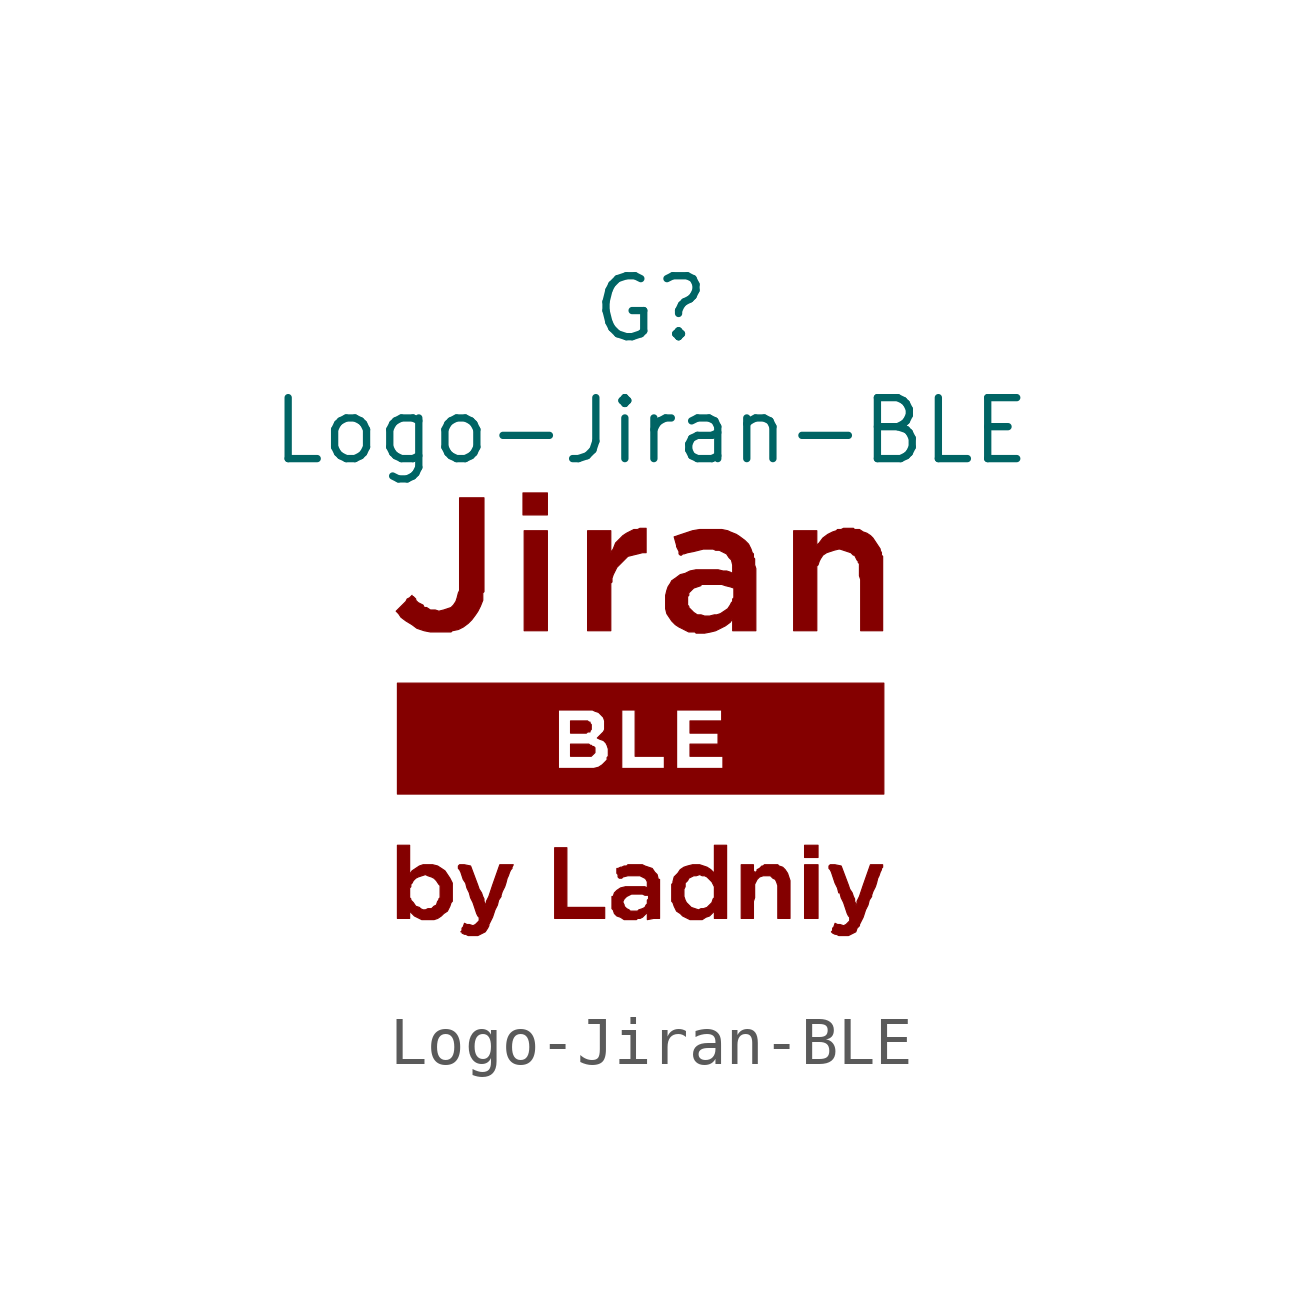
<source format=kicad_sym>
(kicad_symbol_lib
  (version 20201005)
  (generator kicad_symbol_editor)
  (symbol "jiran-ble:Logo-Jiran-BLE"
    (property "Reference" "G"
      (at 0 8.89 0)
      (effects (font (size 1.27 1.27))))
    (property "Value" "Logo-Jiran-BLE"
      (at 0 6.35 0)
      (effects (font (size 1.27 1.27))))
    (symbol "Logo-Jiran-BLE_0_0"
      (polyline (pts (xy -2.159 4.267) (xy -2.642 4.267) (xy -2.642 2.184) (xy -2.159 2.184) (xy -2.159 4.267)) (stroke (width 0.025)) (fill (type outline)))
      (polyline (pts (xy -2.159 5.055) (xy -2.667 5.055) (xy -2.667 4.597) (xy -2.159 4.597) (xy -2.159 5.055)) (stroke (width 0.025)) (fill (type outline)))
      (polyline (pts (xy 3.48 -2.692) (xy 3.2 -2.692) (xy 3.2 -3.81) (xy 3.48 -3.81) (xy 3.48 -2.692)) (stroke (width 0.025)) (fill (type outline)))
      (polyline (pts (xy 3.48 -2.286) (xy 3.2 -2.286) (xy 3.2 -2.54) (xy 3.48 -2.54) (xy 3.48 -2.286)) (stroke (width 0.025)) (fill (type outline)))
      (polyline (pts (xy -0.965 -3.581) (xy -1.753 -3.581) (xy -1.753 -2.337) (xy -2.007 -2.337) (xy -2.007 -3.81) (xy -0.965 -3.81) (xy -0.965 -3.581)) (stroke (width 0.025)) (fill (type outline)))
      (polyline (pts (xy -1.168 -0.356) (xy -1.168 -0.254) (xy -1.194 -0.229) (xy -1.219 -0.229) (xy -1.245 -0.203) (xy -1.27 -0.203) (xy -1.295 -0.178) (xy -1.676 -0.178) (xy -1.676 -0.432) (xy -1.245 -0.432) (xy -1.168 -0.356)) (stroke (width 0.025)) (fill (type outline)))
      (polyline (pts (xy -1.321 0.076) (xy -1.27 0.076) (xy -1.27 0.102) (xy -1.245 0.127) (xy -1.245 0.229) (xy -1.27 0.254) (xy -1.27 0.279) (xy -1.295 0.279) (xy -1.321 0.305) (xy -1.676 0.305) (xy -1.676 0.051) (xy -1.346 0.051) (xy -1.321 0.076)) (stroke (width 0.025)) (fill (type outline)))
      (polyline (pts (xy -0.838 3.175) (xy -0.813 3.2) (xy -0.813 3.277) (xy -0.787 3.353) (xy -0.711 3.505) (xy -0.483 3.734) (xy -0.178 3.81) (xy -0.102 3.81) (xy -0.102 4.318) (xy -0.229 4.318) (xy -0.279 4.293) (xy -0.356 4.293) (xy -0.508 4.216) (xy -0.584 4.166) (xy -0.737 4.013) (xy -0.787 3.886) (xy -0.838 3.81) (xy -0.838 4.267) (xy -1.321 4.267) (xy -1.321 2.184) (xy -0.838 2.184) (xy -0.838 3.175)) (stroke (width 0.025)) (fill (type outline)))
      (polyline (pts (xy 2.134 -3.454) (xy 2.159 -3.378) (xy 2.159 -3.099) (xy 2.21 -2.997) (xy 2.261 -2.946) (xy 2.337 -2.921) (xy 2.489 -2.921) (xy 2.54 -2.972) (xy 2.591 -2.997) (xy 2.616 -3.048) (xy 2.642 -3.124) (xy 2.642 -3.81) (xy 2.896 -3.81) (xy 2.896 -3.023) (xy 2.845 -2.87) (xy 2.794 -2.794) (xy 2.743 -2.743) (xy 2.667 -2.718) (xy 2.642 -2.692) (xy 2.362 -2.692) (xy 2.337 -2.718) (xy 2.311 -2.718) (xy 2.261 -2.769) (xy 2.21 -2.794) (xy 2.21 -2.819) (xy 2.184 -2.845) (xy 2.159 -2.845) (xy 2.134 -2.819) (xy 2.134 -2.692) (xy 1.88 -2.692) (xy 1.88 -3.81) (xy 2.134 -3.81) (xy 2.134 -3.454)) (stroke (width 0.025)) (fill (type outline)))
      (polyline (pts (xy -4.14 2.184) (xy -4.013 2.21) (xy -3.912 2.261) (xy -3.81 2.337) (xy -3.734 2.413) (xy -3.658 2.515) (xy -3.607 2.591) (xy -3.556 2.692) (xy -3.505 2.819) (xy -3.505 2.972) (xy -3.48 2.997) (xy -3.48 4.953) (xy -3.988 4.953) (xy -3.988 3.023) (xy -4.013 2.972) (xy -4.039 2.87) (xy -4.064 2.794) (xy -4.115 2.718) (xy -4.166 2.667) (xy -4.318 2.616) (xy -4.42 2.591) (xy -4.496 2.616) (xy -4.597 2.616) (xy -4.674 2.667) (xy -4.724 2.667) (xy -4.75 2.718) (xy -4.851 2.769) (xy -4.902 2.819) (xy -4.902 2.845) (xy -4.953 2.896) (xy -4.978 2.896) (xy -4.978 2.921) (xy -5.029 2.87) (xy -5.08 2.845) (xy -5.105 2.794) (xy -5.309 2.591) (xy -5.258 2.54) (xy -5.207 2.464) (xy -5.105 2.388) (xy -4.978 2.311) (xy -4.877 2.235) (xy -4.724 2.184) (xy -4.597 2.159) (xy -4.166 2.159) (xy -4.14 2.184)) (stroke (width 0.025)) (fill (type outline)))
      (polyline (pts (xy 3.454 3.531) (xy 3.48 3.556) (xy 3.505 3.632) (xy 3.531 3.683) (xy 3.581 3.759) (xy 3.658 3.81) (xy 3.81 3.861) (xy 3.912 3.886) (xy 3.937 3.886) (xy 4.166 3.81) (xy 4.216 3.759) (xy 4.242 3.759) (xy 4.293 3.658) (xy 4.318 3.632) (xy 4.318 3.607) (xy 4.343 3.581) (xy 4.343 3.327) (xy 4.369 3.251) (xy 4.369 2.184) (xy 4.826 2.184) (xy 4.826 3.734) (xy 4.801 3.759) (xy 4.801 3.81) (xy 4.775 3.861) (xy 4.775 3.886) (xy 4.623 4.115) (xy 4.572 4.166) (xy 4.496 4.216) (xy 4.42 4.242) (xy 4.343 4.293) (xy 4.242 4.293) (xy 4.216 4.318) (xy 4.013 4.318) (xy 3.962 4.293) (xy 3.886 4.293) (xy 3.861 4.267) (xy 3.785 4.242) (xy 3.683 4.191) (xy 3.581 4.115) (xy 3.505 4.013) (xy 3.454 3.962) (xy 3.454 4.267) (xy 2.972 4.267) (xy 2.972 2.184) (xy 3.454 2.184) (xy 3.454 3.531)) (stroke (width 0.025)) (fill (type outline)))
      (polyline (pts (xy 4.851 1.092) (xy -5.283 1.092) (xy -5.283 -0.686) (xy -1.93 -0.686) (xy -1.93 0.533) (xy -1.219 0.533) (xy -1.168 0.508) (xy -1.092 0.483) (xy -0.991 0.381) (xy -0.965 0.305) (xy -0.965 0.127) (xy -0.991 0.076) (xy -1.118 -0.051) (xy -1.067 -0.076) (xy -0.991 -0.102) (xy -0.94 -0.152) (xy -0.914 -0.203) (xy -0.889 -0.279) (xy -0.889 -0.432) (xy -0.914 -0.457) (xy -0.914 -0.508) (xy -1.016 -0.61) (xy -1.092 -0.66) (xy -1.194 -0.686) (xy -0.61 -0.686) (xy -0.61 0.533) (xy -0.33 0.533) (xy -0.33 -0.432) (xy 0.279 -0.432) (xy 0.279 -0.686) (xy 0.533 -0.686) (xy 0.533 0.533) (xy 1.473 0.533) (xy 1.473 0.305) (xy 0.813 0.305) (xy 0.813 0.051) (xy 1.397 0.051) (xy 1.397 -0.178) (xy 0.813 -0.178) (xy 0.813 -0.432) (xy 1.499 -0.432) (xy 1.499 -0.686) (xy 0.533 -0.686) (xy 0.279 -0.686) (xy -0.61 -0.686) (xy -1.194 -0.686) (xy -1.93 -0.686) (xy -5.283 -0.686) (xy -5.283 -1.219) (xy 4.851 -1.219) (xy 4.851 1.092)) (stroke (width 0.025)) (fill (type outline)))
      (polyline (pts (xy 1.143 -3.785) (xy 1.219 -3.759) (xy 1.295 -3.683) (xy 1.321 -3.632) (xy 1.321 -3.81) (xy 1.575 -3.81) (xy 1.575 -2.286) (xy 1.321 -2.286) (xy 1.321 -2.87) (xy 1.245 -2.794) (xy 1.168 -2.743) (xy 1.016 -2.692) (xy 0.864 -2.692) (xy 0.762 -2.718) (xy 0.686 -2.743) (xy 0.61 -2.794) (xy 0.559 -2.87) (xy 0.483 -2.946) (xy 0.457 -3.048) (xy 0.457 -3.073) (xy 0.432 -3.099) (xy 0.432 -3.353) (xy 0.686 -3.353) (xy 0.686 -3.2) (xy 0.711 -3.15) (xy 0.711 -3.073) (xy 0.762 -3.023) (xy 0.787 -2.972) (xy 0.889 -2.921) (xy 0.94 -2.921) (xy 1.016 -2.896) (xy 1.067 -2.921) (xy 1.118 -2.921) (xy 1.168 -2.946) (xy 1.27 -3.048) (xy 1.321 -3.15) (xy 1.321 -3.378) (xy 1.295 -3.404) (xy 1.27 -3.48) (xy 1.168 -3.581) (xy 1.092 -3.607) (xy 1.041 -3.607) (xy 0.991 -3.632) (xy 0.838 -3.581) (xy 0.737 -3.48) (xy 0.711 -3.429) (xy 0.686 -3.353) (xy 0.432 -3.353) (xy 0.432 -3.454) (xy 0.457 -3.48) (xy 0.483 -3.556) (xy 0.533 -3.658) (xy 0.61 -3.708) (xy 0.66 -3.759) (xy 0.813 -3.835) (xy 1.067 -3.835) (xy 1.143 -3.785)) (stroke (width 0.025)) (fill (type outline)))
      (polyline (pts (xy -4.445 -3.81) (xy -4.369 -3.759) (xy -4.318 -3.708) (xy -4.242 -3.658) (xy -4.191 -3.556) (xy -4.166 -3.48) (xy -4.14 -3.454) (xy -4.14 -3.073) (xy -4.191 -2.972) (xy -4.293 -2.819) (xy -4.445 -2.718) (xy -4.547 -2.692) (xy -4.75 -2.692) (xy -4.826 -2.718) (xy -4.978 -2.819) (xy -5.029 -2.896) (xy -5.029 -2.286) (xy -5.283 -2.286) (xy -5.283 -3.378) (xy -5.029 -3.378) (xy -5.029 -3.175) (xy -5.004 -3.15) (xy -5.004 -3.099) (xy -4.978 -3.073) (xy -4.953 -3.023) (xy -4.902 -2.972) (xy -4.851 -2.946) (xy -4.699 -2.896) (xy -4.648 -2.921) (xy -4.572 -2.946) (xy -4.521 -2.972) (xy -4.47 -3.023) (xy -4.42 -3.099) (xy -4.394 -3.124) (xy -4.394 -3.378) (xy -4.42 -3.404) (xy -4.42 -3.429) (xy -4.445 -3.454) (xy -4.47 -3.531) (xy -4.521 -3.556) (xy -4.572 -3.607) (xy -4.648 -3.607) (xy -4.699 -3.632) (xy -4.75 -3.632) (xy -4.801 -3.607) (xy -4.826 -3.581) (xy -4.902 -3.556) (xy -4.953 -3.48) (xy -5.004 -3.429) (xy -5.004 -3.404) (xy -5.029 -3.378) (xy -5.283 -3.378) (xy -5.283 -3.81) (xy -5.029 -3.81) (xy -5.029 -3.658) (xy -5.004 -3.658) (xy -5.004 -3.683) (xy -4.928 -3.759) (xy -4.775 -3.835) (xy -4.521 -3.835) (xy -4.445 -3.81)) (stroke (width 0.025)) (fill (type outline)))
      (polyline (pts (xy 4.267 -4.089) (xy 4.293 -4.013) (xy 4.343 -3.962) (xy 4.343 -3.937) (xy 4.42 -3.785) (xy 4.47 -3.632) (xy 4.521 -3.531) (xy 4.547 -3.429) (xy 4.597 -3.353) (xy 4.597 -3.327) (xy 4.623 -3.251) (xy 4.674 -3.15) (xy 4.699 -3.073) (xy 4.724 -2.972) (xy 4.75 -2.921) (xy 4.775 -2.845) (xy 4.801 -2.794) (xy 4.801 -2.769) (xy 4.826 -2.743) (xy 4.826 -2.692) (xy 4.572 -2.692) (xy 4.42 -3.124) (xy 4.343 -3.353) (xy 4.293 -3.454) (xy 4.293 -3.531) (xy 4.267 -3.531) (xy 4.267 -3.505) (xy 4.242 -3.454) (xy 4.242 -3.404) (xy 4.216 -3.353) (xy 4.191 -3.277) (xy 4.14 -3.2) (xy 4.115 -3.124) (xy 3.962 -2.718) (xy 3.835 -2.692) (xy 3.734 -2.692) (xy 3.708 -2.718) (xy 3.708 -2.769) (xy 3.734 -2.794) (xy 3.759 -2.845) (xy 3.835 -3.073) (xy 3.886 -3.175) (xy 3.912 -3.277) (xy 3.937 -3.277) (xy 3.962 -3.378) (xy 4.013 -3.48) (xy 4.089 -3.708) (xy 4.115 -3.759) (xy 4.14 -3.785) (xy 4.14 -3.861) (xy 4.064 -3.937) (xy 4.013 -3.962) (xy 3.937 -3.937) (xy 3.886 -3.937) (xy 3.835 -3.912) (xy 3.81 -3.988) (xy 3.785 -4.013) (xy 3.785 -4.064) (xy 3.759 -4.089) (xy 3.785 -4.115) (xy 3.835 -4.14) (xy 3.861 -4.14) (xy 3.912 -4.166) (xy 4.115 -4.166) (xy 4.267 -4.089)) (stroke (width 0.025)) (fill (type outline)))
      (polyline (pts (xy -3.454 -4.089) (xy -3.404 -4.013) (xy -3.378 -3.962) (xy -3.378 -3.937) (xy -3.302 -3.785) (xy -3.251 -3.632) (xy -3.2 -3.531) (xy -3.175 -3.429) (xy -3.124 -3.353) (xy -3.124 -3.327) (xy -3.099 -3.251) (xy -3.048 -3.15) (xy -3.023 -3.073) (xy -2.997 -2.972) (xy -2.972 -2.921) (xy -2.946 -2.845) (xy -2.921 -2.794) (xy -2.896 -2.769) (xy -2.896 -2.743) (xy -2.87 -2.692) (xy -3.15 -2.692) (xy -3.302 -3.124) (xy -3.378 -3.353) (xy -3.429 -3.454) (xy -3.429 -3.531) (xy -3.454 -3.531) (xy -3.454 -3.505) (xy -3.48 -3.454) (xy -3.48 -3.404) (xy -3.505 -3.353) (xy -3.531 -3.277) (xy -3.581 -3.2) (xy -3.607 -3.124) (xy -3.759 -2.718) (xy -3.886 -2.692) (xy -3.988 -2.692) (xy -4.013 -2.718) (xy -4.013 -2.769) (xy -3.988 -2.794) (xy -3.962 -2.845) (xy -3.912 -2.997) (xy -3.861 -3.073) (xy -3.835 -3.175) (xy -3.785 -3.277) (xy -3.759 -3.378) (xy -3.708 -3.48) (xy -3.632 -3.708) (xy -3.607 -3.759) (xy -3.581 -3.785) (xy -3.581 -3.81) (xy -3.556 -3.835) (xy -3.581 -3.835) (xy -3.581 -3.861) (xy -3.658 -3.937) (xy -3.708 -3.962) (xy -3.785 -3.937) (xy -3.835 -3.937) (xy -3.886 -3.912) (xy -3.912 -3.988) (xy -3.937 -4.013) (xy -3.937 -4.064) (xy -3.962 -4.089) (xy -3.937 -4.089) (xy -3.937 -4.115) (xy -3.886 -4.14) (xy -3.861 -4.14) (xy -3.81 -4.166) (xy -3.607 -4.166) (xy -3.454 -4.089)) (stroke (width 0.025)) (fill (type outline)))
      (polyline (pts (xy -0.279 -3.81) (xy -0.229 -3.81) (xy -0.178 -3.785) (xy -0.076 -3.683) (xy -0.076 -3.835) (xy 0.051 -3.81) (xy 0.178 -3.81) (xy 0.178 -2.997) (xy 0.152 -2.997) (xy 0.127 -2.896) (xy 0.076 -2.845) (xy 0.025 -2.769) (xy -0.127 -2.718) (xy -0.178 -2.692) (xy -0.483 -2.692) (xy -0.508 -2.718) (xy -0.559 -2.718) (xy -0.61 -2.743) (xy -0.635 -2.743) (xy -0.686 -2.769) (xy -0.711 -2.769) (xy -0.711 -2.87) (xy -0.686 -2.896) (xy -0.686 -2.946) (xy -0.66 -2.972) (xy -0.61 -2.972) (xy -0.584 -2.946) (xy -0.483 -2.921) (xy -0.229 -2.921) (xy -0.127 -2.972) (xy -0.102 -2.997) (xy -0.076 -3.048) (xy -0.076 -3.175) (xy -0.127 -3.15) (xy -0.533 -3.15) (xy -0.635 -3.175) (xy -0.711 -3.226) (xy -0.762 -3.277) (xy -0.787 -3.353) (xy -0.813 -3.353) (xy -0.813 -3.48) (xy -0.584 -3.48) (xy -0.584 -3.454) (xy -0.559 -3.404) (xy -0.508 -3.353) (xy -0.406 -3.302) (xy -0.178 -3.302) (xy -0.127 -3.327) (xy -0.051 -3.327) (xy -0.051 -3.404) (xy -0.076 -3.429) (xy -0.076 -3.505) (xy -0.102 -3.531) (xy -0.127 -3.581) (xy -0.178 -3.607) (xy -0.254 -3.632) (xy -0.279 -3.658) (xy -0.432 -3.658) (xy -0.457 -3.632) (xy -0.508 -3.607) (xy -0.559 -3.556) (xy -0.559 -3.531) (xy -0.584 -3.48) (xy -0.813 -3.48) (xy -0.813 -3.607) (xy -0.787 -3.632) (xy -0.762 -3.708) (xy -0.711 -3.759) (xy -0.635 -3.785) (xy -0.559 -3.835) (xy -0.305 -3.835) (xy -0.279 -3.81)) (stroke (width 0.025)) (fill (type outline)))
      (polyline (pts (xy 1.245 2.159) (xy 1.346 2.184) (xy 1.549 2.286) (xy 1.651 2.362) (xy 1.702 2.438) (xy 1.702 2.184) (xy 2.184 2.184) (xy 2.184 3.48) (xy 2.159 3.556) (xy 2.159 3.683) (xy 2.134 3.708) (xy 2.134 3.785) (xy 2.108 3.81) (xy 2.083 3.886) (xy 2.032 3.988) (xy 1.956 4.064) (xy 1.854 4.14) (xy 1.778 4.191) (xy 1.651 4.242) (xy 1.6 4.267) (xy 1.473 4.293) (xy 1.016 4.293) (xy 0.864 4.267) (xy 0.483 4.14) (xy 0.533 3.962) (xy 0.533 3.937) (xy 0.584 3.835) (xy 0.584 3.785) (xy 0.61 3.759) (xy 0.635 3.759) (xy 0.66 3.785) (xy 0.686 3.785) (xy 0.762 3.81) (xy 0.889 3.835) (xy 1.092 3.886) (xy 1.295 3.886) (xy 1.346 3.861) (xy 1.422 3.861) (xy 1.575 3.785) (xy 1.626 3.708) (xy 1.676 3.658) (xy 1.702 3.556) (xy 1.702 3.378) (xy 1.651 3.404) (xy 1.575 3.429) (xy 1.499 3.429) (xy 1.397 3.454) (xy 0.94 3.454) (xy 0.813 3.429) (xy 0.711 3.378) (xy 0.61 3.353) (xy 0.508 3.277) (xy 0.432 3.226) (xy 0.406 3.175) (xy 0.356 3.099) (xy 0.33 3.023) (xy 0.305 2.921) (xy 0.305 2.718) (xy 0.762 2.718) (xy 0.762 2.896) (xy 0.787 2.921) (xy 0.787 2.972) (xy 0.889 3.073) (xy 1.041 3.124) (xy 1.041 3.15) (xy 1.473 3.15) (xy 1.549 3.124) (xy 1.651 3.099) (xy 1.727 3.073) (xy 1.727 2.87) (xy 1.702 2.845) (xy 1.702 2.794) (xy 1.676 2.769) (xy 1.651 2.718) (xy 1.6 2.642) (xy 1.448 2.54) (xy 1.372 2.515) (xy 1.321 2.515) (xy 1.219 2.489) (xy 1.118 2.489) (xy 1.041 2.515) (xy 0.965 2.515) (xy 0.889 2.565) (xy 0.787 2.667) (xy 0.787 2.692) (xy 0.762 2.718) (xy 0.305 2.718) (xy 0.305 2.642) (xy 0.33 2.54) (xy 0.432 2.388) (xy 0.508 2.311) (xy 0.584 2.261) (xy 0.787 2.159) (xy 0.914 2.159) (xy 0.94 2.134) (xy 1.118 2.134) (xy 1.245 2.159)) (stroke (width 0.025)) (fill (type outline))))))
</source>
